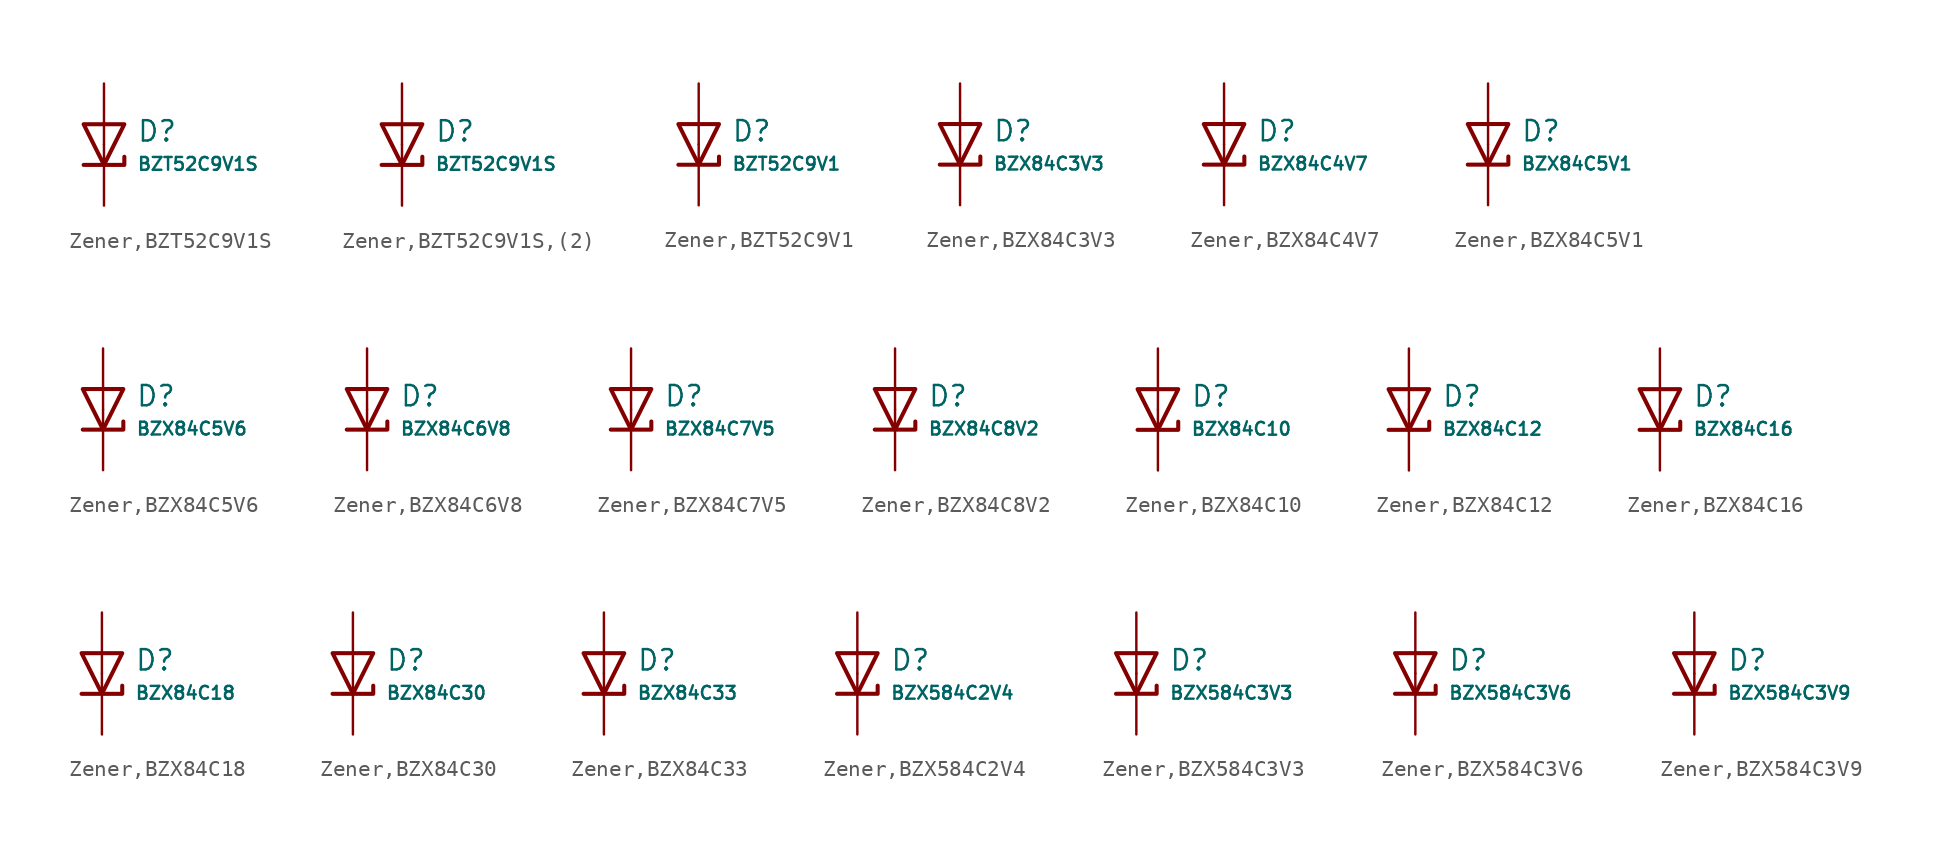
<source format=kicad_sym>
(kicad_symbol_lib
  (version 20231120)
  (generator "CDFER")
  (generator_version "8.0")
  (symbol "Zener,BZT52C9V1S"
    (pin_numbers hide)
    (pin_names
      (offset 0))
    (property "Reference" "D"
      (at 2.032 0.834 0)
      (effects (font (size 1.27 1.27)) (justify left)))
    (property "Value" "BZT52C9V1S"
      (at 2.032 -1.212 0)
      (effects (font (size 0.8 0.8)) (justify left)))
    (symbol "Zener,BZT52C9V1S_0_1"
      (polyline (pts (xy -1.27 1.27) (xy 0.00 -1.27) (xy 1.27 1.27) (xy -1.27 1.27)) (stroke (width 0.254) (type default)) (fill (type none))))
    (symbol "Zener,BZT52C9V1S_0_1"
      (polyline (pts (xy -1.27 -1.27) (xy 1.27 -1.27) (xy 1.27 -0.762)) (stroke (width 0.254) (type default)) (fill (type none))))
    (symbol "Zener,BZT52C9V1S_1_1"
      (pin passive line (at 0 3.81 270) (length 3.81) (name "~" (effects (font (size 1.27 1.27)))) (number "2" (effects (font (size 1.27 1.27)))))
      (pin passive line (at 0 -3.81 90) (length 3.81) (name "~" (effects (font (size 1.27 1.27)))) (number "1" (effects (font (size 1.27 1.27)))))))
  (symbol "Zener,BZT52C9V1S,(2)"
    (pin_numbers hide)
    (pin_names
      (offset 0))
    (property "Reference" "D"
      (at 2.032 0.834 0)
      (effects (font (size 1.27 1.27)) (justify left)))
    (property "Value" "BZT52C9V1S"
      (at 2.032 -1.212 0)
      (effects (font (size 0.8 0.8)) (justify left)))
    (symbol "Zener,BZT52C9V1S,(2)_0_1"
      (polyline (pts (xy -1.27 1.27) (xy 0.00 -1.27) (xy 1.27 1.27) (xy -1.27 1.27)) (stroke (width 0.254) (type default)) (fill (type none))))
    (symbol "Zener,BZT52C9V1S,(2)_0_1"
      (polyline (pts (xy -1.27 -1.27) (xy 1.27 -1.27) (xy 1.27 -0.762)) (stroke (width 0.254) (type default)) (fill (type none))))
    (symbol "Zener,BZT52C9V1S,(2)_1_1"
      (pin passive line (at 0 3.81 270) (length 3.81) (name "~" (effects (font (size 1.27 1.27)))) (number "2" (effects (font (size 1.27 1.27)))))
      (pin passive line (at 0 -3.81 90) (length 3.81) (name "~" (effects (font (size 1.27 1.27)))) (number "1" (effects (font (size 1.27 1.27)))))))
  (symbol "Zener,BZT52C9V1"
    (pin_numbers hide)
    (pin_names
      (offset 0))
    (property "Reference" "D"
      (at 2.032 0.834 0)
      (effects (font (size 1.27 1.27)) (justify left)))
    (property "Value" "BZT52C9V1"
      (at 2.032 -1.212 0)
      (effects (font (size 0.8 0.8)) (justify left)))
    (symbol "Zener,BZT52C9V1_0_1"
      (polyline (pts (xy -1.27 1.27) (xy 0.00 -1.27) (xy 1.27 1.27) (xy -1.27 1.27)) (stroke (width 0.254) (type default)) (fill (type none))))
    (symbol "Zener,BZT52C9V1_0_1"
      (polyline (pts (xy -1.27 -1.27) (xy 1.27 -1.27) (xy 1.27 -0.762)) (stroke (width 0.254) (type default)) (fill (type none))))
    (symbol "Zener,BZT52C9V1_1_1"
      (pin passive line (at 0 3.81 270) (length 3.81) (name "~" (effects (font (size 1.27 1.27)))) (number "2" (effects (font (size 1.27 1.27)))))
      (pin passive line (at 0 -3.81 90) (length 3.81) (name "~" (effects (font (size 1.27 1.27)))) (number "1" (effects (font (size 1.27 1.27)))))))
  (symbol "Zener,BZX84C3V3"
    (pin_numbers hide)
    (pin_names
      (offset 0))
    (property "Reference" "D"
      (at 2.032 0.834 0)
      (effects (font (size 1.27 1.27)) (justify left)))
    (property "Value" "BZX84C3V3"
      (at 2.032 -1.212 0)
      (effects (font (size 0.8 0.8)) (justify left)))
    (symbol "Zener,BZX84C3V3_0_1"
      (polyline (pts (xy -1.27 1.27) (xy 0.00 -1.27) (xy 1.27 1.27) (xy -1.27 1.27)) (stroke (width 0.254) (type default)) (fill (type none))))
    (symbol "Zener,BZX84C3V3_0_1"
      (polyline (pts (xy -1.27 -1.27) (xy 1.27 -1.27) (xy 1.27 -0.762)) (stroke (width 0.254) (type default)) (fill (type none))))
    (symbol "Zener,BZX84C3V3_1_1"
      (pin passive line (at 0 3.81 270) (length 3.81) (name "~" (effects (font (size 1.27 1.27)))) (number "1" (effects (font (size 1.27 1.27)))))
      (pin passive line (at 0 -3.81 90) (length 3.81) (name "~" (effects (font (size 1.27 1.27)))) (number "3" (effects (font (size 1.27 1.27)))))))
  (symbol "Zener,BZX84C4V7"
    (pin_numbers hide)
    (pin_names
      (offset 0))
    (property "Reference" "D"
      (at 2.032 0.834 0)
      (effects (font (size 1.27 1.27)) (justify left)))
    (property "Value" "BZX84C4V7"
      (at 2.032 -1.212 0)
      (effects (font (size 0.8 0.8)) (justify left)))
    (symbol "Zener,BZX84C4V7_0_1"
      (polyline (pts (xy -1.27 1.27) (xy 0.00 -1.27) (xy 1.27 1.27) (xy -1.27 1.27)) (stroke (width 0.254) (type default)) (fill (type none))))
    (symbol "Zener,BZX84C4V7_0_1"
      (polyline (pts (xy -1.27 -1.27) (xy 1.27 -1.27) (xy 1.27 -0.762)) (stroke (width 0.254) (type default)) (fill (type none))))
    (symbol "Zener,BZX84C4V7_1_1"
      (pin passive line (at 0 3.81 270) (length 3.81) (name "~" (effects (font (size 1.27 1.27)))) (number "1" (effects (font (size 1.27 1.27)))))
      (pin passive line (at 0 -3.81 90) (length 3.81) (name "~" (effects (font (size 1.27 1.27)))) (number "3" (effects (font (size 1.27 1.27)))))))
  (symbol "Zener,BZX84C5V1"
    (pin_numbers hide)
    (pin_names
      (offset 0))
    (property "Reference" "D"
      (at 2.032 0.834 0)
      (effects (font (size 1.27 1.27)) (justify left)))
    (property "Value" "BZX84C5V1"
      (at 2.032 -1.212 0)
      (effects (font (size 0.8 0.8)) (justify left)))
    (symbol "Zener,BZX84C5V1_0_1"
      (polyline (pts (xy -1.27 1.27) (xy 0.00 -1.27) (xy 1.27 1.27) (xy -1.27 1.27)) (stroke (width 0.254) (type default)) (fill (type none))))
    (symbol "Zener,BZX84C5V1_0_1"
      (polyline (pts (xy -1.27 -1.27) (xy 1.27 -1.27) (xy 1.27 -0.762)) (stroke (width 0.254) (type default)) (fill (type none))))
    (symbol "Zener,BZX84C5V1_1_1"
      (pin passive line (at 0 3.81 270) (length 3.81) (name "~" (effects (font (size 1.27 1.27)))) (number "1" (effects (font (size 1.27 1.27)))))
      (pin passive line (at 0 -3.81 90) (length 3.81) (name "~" (effects (font (size 1.27 1.27)))) (number "3" (effects (font (size 1.27 1.27)))))))
  (symbol "Zener,BZX84C5V6"
    (pin_numbers hide)
    (pin_names
      (offset 0))
    (property "Reference" "D"
      (at 2.032 0.834 0)
      (effects (font (size 1.27 1.27)) (justify left)))
    (property "Value" "BZX84C5V6"
      (at 2.032 -1.212 0)
      (effects (font (size 0.8 0.8)) (justify left)))
    (symbol "Zener,BZX84C5V6_0_1"
      (polyline (pts (xy -1.27 1.27) (xy 0.00 -1.27) (xy 1.27 1.27) (xy -1.27 1.27)) (stroke (width 0.254) (type default)) (fill (type none))))
    (symbol "Zener,BZX84C5V6_0_1"
      (polyline (pts (xy -1.27 -1.27) (xy 1.27 -1.27) (xy 1.27 -0.762)) (stroke (width 0.254) (type default)) (fill (type none))))
    (symbol "Zener,BZX84C5V6_1_1"
      (pin passive line (at 0 3.81 270) (length 3.81) (name "~" (effects (font (size 1.27 1.27)))) (number "1" (effects (font (size 1.27 1.27)))))
      (pin passive line (at 0 -3.81 90) (length 3.81) (name "~" (effects (font (size 1.27 1.27)))) (number "3" (effects (font (size 1.27 1.27)))))))
  (symbol "Zener,BZX84C6V8"
    (pin_numbers hide)
    (pin_names
      (offset 0))
    (property "Reference" "D"
      (at 2.032 0.834 0)
      (effects (font (size 1.27 1.27)) (justify left)))
    (property "Value" "BZX84C6V8"
      (at 2.032 -1.212 0)
      (effects (font (size 0.8 0.8)) (justify left)))
    (symbol "Zener,BZX84C6V8_0_1"
      (polyline (pts (xy -1.27 1.27) (xy 0.00 -1.27) (xy 1.27 1.27) (xy -1.27 1.27)) (stroke (width 0.254) (type default)) (fill (type none))))
    (symbol "Zener,BZX84C6V8_0_1"
      (polyline (pts (xy -1.27 -1.27) (xy 1.27 -1.27) (xy 1.27 -0.762)) (stroke (width 0.254) (type default)) (fill (type none))))
    (symbol "Zener,BZX84C6V8_1_1"
      (pin passive line (at 0 3.81 270) (length 3.81) (name "~" (effects (font (size 1.27 1.27)))) (number "1" (effects (font (size 1.27 1.27)))))
      (pin passive line (at 0 -3.81 90) (length 3.81) (name "~" (effects (font (size 1.27 1.27)))) (number "3" (effects (font (size 1.27 1.27)))))))
  (symbol "Zener,BZX84C7V5"
    (pin_numbers hide)
    (pin_names
      (offset 0))
    (property "Reference" "D"
      (at 2.032 0.834 0)
      (effects (font (size 1.27 1.27)) (justify left)))
    (property "Value" "BZX84C7V5"
      (at 2.032 -1.212 0)
      (effects (font (size 0.8 0.8)) (justify left)))
    (symbol "Zener,BZX84C7V5_0_1"
      (polyline (pts (xy -1.27 1.27) (xy 0.00 -1.27) (xy 1.27 1.27) (xy -1.27 1.27)) (stroke (width 0.254) (type default)) (fill (type none))))
    (symbol "Zener,BZX84C7V5_0_1"
      (polyline (pts (xy -1.27 -1.27) (xy 1.27 -1.27) (xy 1.27 -0.762)) (stroke (width 0.254) (type default)) (fill (type none))))
    (symbol "Zener,BZX84C7V5_1_1"
      (pin passive line (at 0 3.81 270) (length 3.81) (name "~" (effects (font (size 1.27 1.27)))) (number "1" (effects (font (size 1.27 1.27)))))
      (pin passive line (at 0 -3.81 90) (length 3.81) (name "~" (effects (font (size 1.27 1.27)))) (number "3" (effects (font (size 1.27 1.27)))))))
  (symbol "Zener,BZX84C8V2"
    (pin_numbers hide)
    (pin_names
      (offset 0))
    (property "Reference" "D"
      (at 2.032 0.834 0)
      (effects (font (size 1.27 1.27)) (justify left)))
    (property "Value" "BZX84C8V2"
      (at 2.032 -1.212 0)
      (effects (font (size 0.8 0.8)) (justify left)))
    (symbol "Zener,BZX84C8V2_0_1"
      (polyline (pts (xy -1.27 1.27) (xy 0.00 -1.27) (xy 1.27 1.27) (xy -1.27 1.27)) (stroke (width 0.254) (type default)) (fill (type none))))
    (symbol "Zener,BZX84C8V2_0_1"
      (polyline (pts (xy -1.27 -1.27) (xy 1.27 -1.27) (xy 1.27 -0.762)) (stroke (width 0.254) (type default)) (fill (type none))))
    (symbol "Zener,BZX84C8V2_1_1"
      (pin passive line (at 0 3.81 270) (length 3.81) (name "~" (effects (font (size 1.27 1.27)))) (number "1" (effects (font (size 1.27 1.27)))))
      (pin passive line (at 0 -3.81 90) (length 3.81) (name "~" (effects (font (size 1.27 1.27)))) (number "3" (effects (font (size 1.27 1.27)))))))
  (symbol "Zener,BZX84C10"
    (pin_numbers hide)
    (pin_names
      (offset 0))
    (property "Reference" "D"
      (at 2.032 0.834 0)
      (effects (font (size 1.27 1.27)) (justify left)))
    (property "Value" "BZX84C10"
      (at 2.032 -1.212 0)
      (effects (font (size 0.8 0.8)) (justify left)))
    (symbol "Zener,BZX84C10_0_1"
      (polyline (pts (xy -1.27 1.27) (xy 0.00 -1.27) (xy 1.27 1.27) (xy -1.27 1.27)) (stroke (width 0.254) (type default)) (fill (type none))))
    (symbol "Zener,BZX84C10_0_1"
      (polyline (pts (xy -1.27 -1.27) (xy 1.27 -1.27) (xy 1.27 -0.762)) (stroke (width 0.254) (type default)) (fill (type none))))
    (symbol "Zener,BZX84C10_1_1"
      (pin passive line (at 0 3.81 270) (length 3.81) (name "~" (effects (font (size 1.27 1.27)))) (number "1" (effects (font (size 1.27 1.27)))))
      (pin passive line (at 0 -3.81 90) (length 3.81) (name "~" (effects (font (size 1.27 1.27)))) (number "3" (effects (font (size 1.27 1.27)))))))
  (symbol "Zener,BZX84C12"
    (pin_numbers hide)
    (pin_names
      (offset 0))
    (property "Reference" "D"
      (at 2.032 0.834 0)
      (effects (font (size 1.27 1.27)) (justify left)))
    (property "Value" "BZX84C12"
      (at 2.032 -1.212 0)
      (effects (font (size 0.8 0.8)) (justify left)))
    (symbol "Zener,BZX84C12_0_1"
      (polyline (pts (xy -1.27 1.27) (xy 0.00 -1.27) (xy 1.27 1.27) (xy -1.27 1.27)) (stroke (width 0.254) (type default)) (fill (type none))))
    (symbol "Zener,BZX84C12_0_1"
      (polyline (pts (xy -1.27 -1.27) (xy 1.27 -1.27) (xy 1.27 -0.762)) (stroke (width 0.254) (type default)) (fill (type none))))
    (symbol "Zener,BZX84C12_1_1"
      (pin passive line (at 0 3.81 270) (length 3.81) (name "~" (effects (font (size 1.27 1.27)))) (number "1" (effects (font (size 1.27 1.27)))))
      (pin passive line (at 0 -3.81 90) (length 3.81) (name "~" (effects (font (size 1.27 1.27)))) (number "3" (effects (font (size 1.27 1.27)))))))
  (symbol "Zener,BZX84C16"
    (pin_numbers hide)
    (pin_names
      (offset 0))
    (property "Reference" "D"
      (at 2.032 0.834 0)
      (effects (font (size 1.27 1.27)) (justify left)))
    (property "Value" "BZX84C16"
      (at 2.032 -1.212 0)
      (effects (font (size 0.8 0.8)) (justify left)))
    (symbol "Zener,BZX84C16_0_1"
      (polyline (pts (xy -1.27 1.27) (xy 0.00 -1.27) (xy 1.27 1.27) (xy -1.27 1.27)) (stroke (width 0.254) (type default)) (fill (type none))))
    (symbol "Zener,BZX84C16_0_1"
      (polyline (pts (xy -1.27 -1.27) (xy 1.27 -1.27) (xy 1.27 -0.762)) (stroke (width 0.254) (type default)) (fill (type none))))
    (symbol "Zener,BZX84C16_1_1"
      (pin passive line (at 0 3.81 270) (length 3.81) (name "~" (effects (font (size 1.27 1.27)))) (number "1" (effects (font (size 1.27 1.27)))))
      (pin passive line (at 0 -3.81 90) (length 3.81) (name "~" (effects (font (size 1.27 1.27)))) (number "3" (effects (font (size 1.27 1.27)))))))
  (symbol "Zener,BZX84C18"
    (pin_numbers hide)
    (pin_names
      (offset 0))
    (property "Reference" "D"
      (at 2.032 0.834 0)
      (effects (font (size 1.27 1.27)) (justify left)))
    (property "Value" "BZX84C18"
      (at 2.032 -1.212 0)
      (effects (font (size 0.8 0.8)) (justify left)))
    (symbol "Zener,BZX84C18_0_1"
      (polyline (pts (xy -1.27 1.27) (xy 0.00 -1.27) (xy 1.27 1.27) (xy -1.27 1.27)) (stroke (width 0.254) (type default)) (fill (type none))))
    (symbol "Zener,BZX84C18_0_1"
      (polyline (pts (xy -1.27 -1.27) (xy 1.27 -1.27) (xy 1.27 -0.762)) (stroke (width 0.254) (type default)) (fill (type none))))
    (symbol "Zener,BZX84C18_1_1"
      (pin passive line (at 0 3.81 270) (length 3.81) (name "~" (effects (font (size 1.27 1.27)))) (number "1" (effects (font (size 1.27 1.27)))))
      (pin passive line (at 0 -3.81 90) (length 3.81) (name "~" (effects (font (size 1.27 1.27)))) (number "3" (effects (font (size 1.27 1.27)))))))
  (symbol "Zener,BZX84C30"
    (pin_numbers hide)
    (pin_names
      (offset 0))
    (property "Reference" "D"
      (at 2.032 0.834 0)
      (effects (font (size 1.27 1.27)) (justify left)))
    (property "Value" "BZX84C30"
      (at 2.032 -1.212 0)
      (effects (font (size 0.8 0.8)) (justify left)))
    (symbol "Zener,BZX84C30_0_1"
      (polyline (pts (xy -1.27 1.27) (xy 0.00 -1.27) (xy 1.27 1.27) (xy -1.27 1.27)) (stroke (width 0.254) (type default)) (fill (type none))))
    (symbol "Zener,BZX84C30_0_1"
      (polyline (pts (xy -1.27 -1.27) (xy 1.27 -1.27) (xy 1.27 -0.762)) (stroke (width 0.254) (type default)) (fill (type none))))
    (symbol "Zener,BZX84C30_1_1"
      (pin passive line (at 0 3.81 270) (length 3.81) (name "~" (effects (font (size 1.27 1.27)))) (number "1" (effects (font (size 1.27 1.27)))))
      (pin passive line (at 0 -3.81 90) (length 3.81) (name "~" (effects (font (size 1.27 1.27)))) (number "3" (effects (font (size 1.27 1.27)))))))
  (symbol "Zener,BZX84C33"
    (pin_numbers hide)
    (pin_names
      (offset 0))
    (property "Reference" "D"
      (at 2.032 0.834 0)
      (effects (font (size 1.27 1.27)) (justify left)))
    (property "Value" "BZX84C33"
      (at 2.032 -1.212 0)
      (effects (font (size 0.8 0.8)) (justify left)))
    (symbol "Zener,BZX84C33_0_1"
      (polyline (pts (xy -1.27 1.27) (xy 0.00 -1.27) (xy 1.27 1.27) (xy -1.27 1.27)) (stroke (width 0.254) (type default)) (fill (type none))))
    (symbol "Zener,BZX84C33_0_1"
      (polyline (pts (xy -1.27 -1.27) (xy 1.27 -1.27) (xy 1.27 -0.762)) (stroke (width 0.254) (type default)) (fill (type none))))
    (symbol "Zener,BZX84C33_1_1"
      (pin passive line (at 0 3.81 270) (length 3.81) (name "~" (effects (font (size 1.27 1.27)))) (number "1" (effects (font (size 1.27 1.27)))))
      (pin passive line (at 0 -3.81 90) (length 3.81) (name "~" (effects (font (size 1.27 1.27)))) (number "3" (effects (font (size 1.27 1.27)))))))
  (symbol "Zener,BZX584C2V4"
    (pin_numbers hide)
    (pin_names
      (offset 0))
    (property "Reference" "D"
      (at 2.032 0.834 0)
      (effects (font (size 1.27 1.27)) (justify left)))
    (property "Value" "BZX584C2V4"
      (at 2.032 -1.212 0)
      (effects (font (size 0.8 0.8)) (justify left)))
    (symbol "Zener,BZX584C2V4_0_1"
      (polyline (pts (xy -1.27 1.27) (xy 0.00 -1.27) (xy 1.27 1.27) (xy -1.27 1.27)) (stroke (width 0.254) (type default)) (fill (type none))))
    (symbol "Zener,BZX584C2V4_0_1"
      (polyline (pts (xy -1.27 -1.27) (xy 1.27 -1.27) (xy 1.27 -0.762)) (stroke (width 0.254) (type default)) (fill (type none))))
    (symbol "Zener,BZX584C2V4_1_1"
      (pin passive line (at 0 3.81 270) (length 3.81) (name "~" (effects (font (size 1.27 1.27)))) (number "2" (effects (font (size 1.27 1.27)))))
      (pin passive line (at 0 -3.81 90) (length 3.81) (name "~" (effects (font (size 1.27 1.27)))) (number "1" (effects (font (size 1.27 1.27)))))))
  (symbol "Zener,BZX584C3V3"
    (pin_numbers hide)
    (pin_names
      (offset 0))
    (property "Reference" "D"
      (at 2.032 0.834 0)
      (effects (font (size 1.27 1.27)) (justify left)))
    (property "Value" "BZX584C3V3"
      (at 2.032 -1.212 0)
      (effects (font (size 0.8 0.8)) (justify left)))
    (symbol "Zener,BZX584C3V3_0_1"
      (polyline (pts (xy -1.27 1.27) (xy 0.00 -1.27) (xy 1.27 1.27) (xy -1.27 1.27)) (stroke (width 0.254) (type default)) (fill (type none))))
    (symbol "Zener,BZX584C3V3_0_1"
      (polyline (pts (xy -1.27 -1.27) (xy 1.27 -1.27) (xy 1.27 -0.762)) (stroke (width 0.254) (type default)) (fill (type none))))
    (symbol "Zener,BZX584C3V3_1_1"
      (pin passive line (at 0 3.81 270) (length 3.81) (name "~" (effects (font (size 1.27 1.27)))) (number "2" (effects (font (size 1.27 1.27)))))
      (pin passive line (at 0 -3.81 90) (length 3.81) (name "~" (effects (font (size 1.27 1.27)))) (number "1" (effects (font (size 1.27 1.27)))))))
  (symbol "Zener,BZX584C3V6"
    (pin_numbers hide)
    (pin_names
      (offset 0))
    (property "Reference" "D"
      (at 2.032 0.834 0)
      (effects (font (size 1.27 1.27)) (justify left)))
    (property "Value" "BZX584C3V6"
      (at 2.032 -1.212 0)
      (effects (font (size 0.8 0.8)) (justify left)))
    (symbol "Zener,BZX584C3V6_0_1"
      (polyline (pts (xy -1.27 1.27) (xy 0.00 -1.27) (xy 1.27 1.27) (xy -1.27 1.27)) (stroke (width 0.254) (type default)) (fill (type none))))
    (symbol "Zener,BZX584C3V6_0_1"
      (polyline (pts (xy -1.27 -1.27) (xy 1.27 -1.27) (xy 1.27 -0.762)) (stroke (width 0.254) (type default)) (fill (type none))))
    (symbol "Zener,BZX584C3V6_1_1"
      (pin passive line (at 0 3.81 270) (length 3.81) (name "~" (effects (font (size 1.27 1.27)))) (number "2" (effects (font (size 1.27 1.27)))))
      (pin passive line (at 0 -3.81 90) (length 3.81) (name "~" (effects (font (size 1.27 1.27)))) (number "1" (effects (font (size 1.27 1.27)))))))
  (symbol "Zener,BZX584C3V9"
    (pin_numbers hide)
    (pin_names
      (offset 0))
    (property "Reference" "D"
      (at 2.032 0.834 0)
      (effects (font (size 1.27 1.27)) (justify left)))
    (property "Value" "BZX584C3V9"
      (at 2.032 -1.212 0)
      (effects (font (size 0.8 0.8)) (justify left)))
    (symbol "Zener,BZX584C3V9_0_1"
      (polyline (pts (xy -1.27 1.27) (xy 0.00 -1.27) (xy 1.27 1.27) (xy -1.27 1.27)) (stroke (width 0.254) (type default)) (fill (type none))))
    (symbol "Zener,BZX584C3V9_0_1"
      (polyline (pts (xy -1.27 -1.27) (xy 1.27 -1.27) (xy 1.27 -0.762)) (stroke (width 0.254) (type default)) (fill (type none))))
    (symbol "Zener,BZX584C3V9_1_1"
      (pin passive line (at 0 3.81 270) (length 3.81) (name "~" (effects (font (size 1.27 1.27)))) (number "2" (effects (font (size 1.27 1.27)))))
      (pin passive line (at 0 -3.81 90) (length 3.81) (name "~" (effects (font (size 1.27 1.27)))) (number "1" (effects (font (size 1.27 1.27))))))))
</source>
